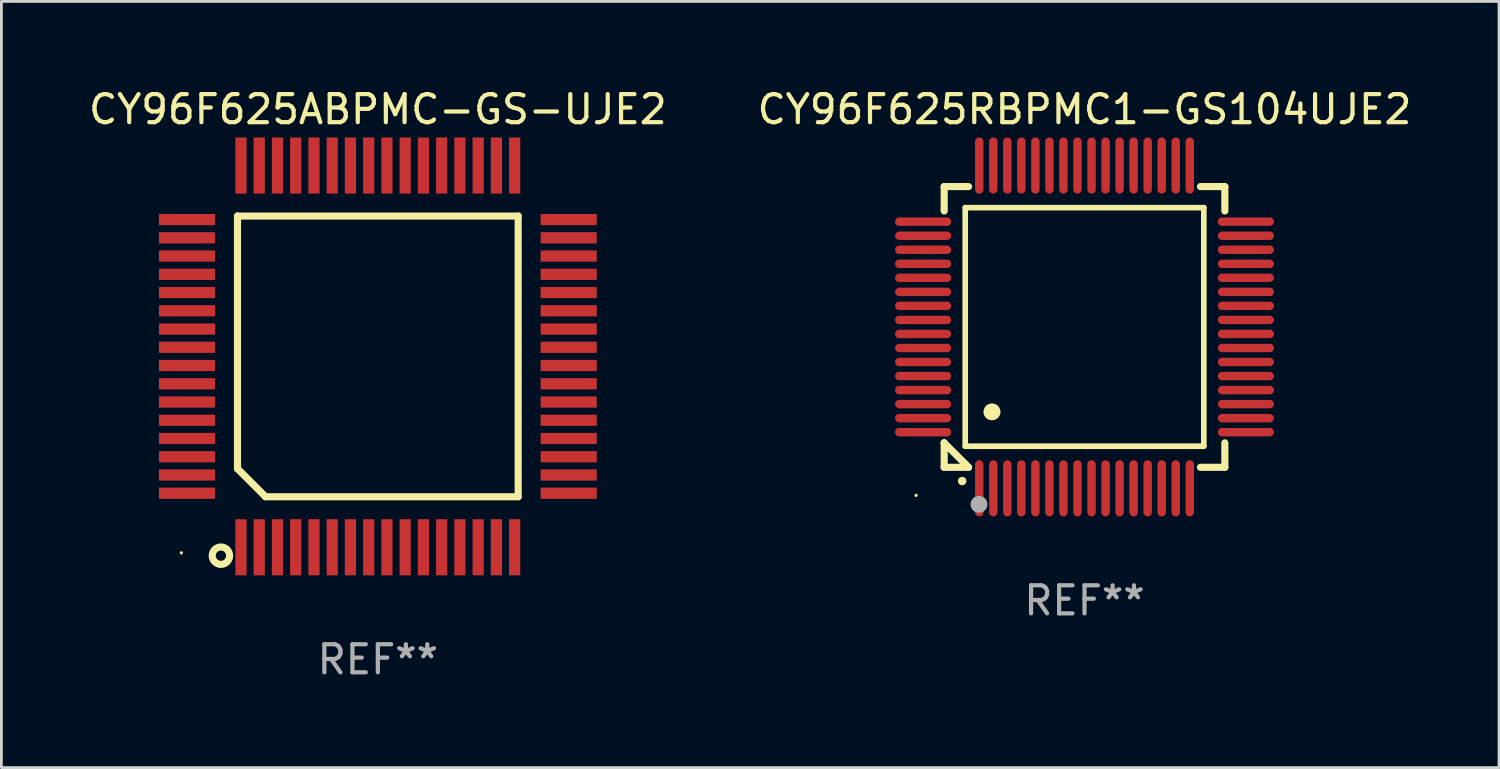
<source format=kicad_pcb>
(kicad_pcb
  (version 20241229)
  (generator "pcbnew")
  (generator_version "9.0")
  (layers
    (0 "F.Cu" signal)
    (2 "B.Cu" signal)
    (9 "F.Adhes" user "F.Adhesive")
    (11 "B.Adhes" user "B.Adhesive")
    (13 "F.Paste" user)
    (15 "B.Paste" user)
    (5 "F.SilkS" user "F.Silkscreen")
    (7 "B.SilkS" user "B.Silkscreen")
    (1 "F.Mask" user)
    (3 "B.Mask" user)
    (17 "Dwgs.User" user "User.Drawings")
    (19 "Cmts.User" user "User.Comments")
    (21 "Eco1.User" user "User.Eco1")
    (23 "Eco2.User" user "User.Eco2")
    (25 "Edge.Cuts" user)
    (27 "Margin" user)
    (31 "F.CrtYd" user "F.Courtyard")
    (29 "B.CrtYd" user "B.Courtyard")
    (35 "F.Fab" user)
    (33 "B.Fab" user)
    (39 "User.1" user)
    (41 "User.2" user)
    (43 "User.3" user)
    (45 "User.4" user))
  (footprint "CY96F625ABPMC-GS-UJE2"
    (layer "F.Cu")
    (at 10.411 9.648)
    (property "Reference" "CY96F625ABPMC-GS-UJE2" (at 0 -8.8 0) (layer "F.SilkS") (effects (font (size 1 1) (thickness 0.15))))
    (attr through_hole)
    (fp_line (start -5 -5) (end 5 -5) (stroke (width 0.254) (type solid)) (layer "F.SilkS"))
    (fp_line (start -5 4) (end -5 -5) (stroke (width 0.254) (type solid)) (layer "F.SilkS"))
    (fp_line (start -4 5) (end -5 4) (stroke (width 0.254) (type solid)) (layer "F.SilkS"))
    (fp_line (start 5 -5) (end 5 5) (stroke (width 0.254) (type solid)) (layer "F.SilkS"))
    (fp_line (start 5 5) (end -4 5) (stroke (width 0.254) (type solid)) (layer "F.SilkS"))
    (fp_circle (center -7 7) (end -6.97 7) (stroke (width 0.06) (type solid)) (fill no) (layer "F.SilkS"))
    (fp_circle (center -5.59 7.1) (end -5.28 7.1) (stroke (width 0.254) (type solid)) (fill no) (layer "F.SilkS"))
    (fp_text user "REF**" (at 0 10.8 0) (layer "F.Fab") (effects (font (size 1 1) (thickness 0.15))))
    (pad "1" smd rect (at -4.875 6.8) (size 0.4 2) (layers "F.Cu" "F.Mask" "F.Paste"))
    (pad "2" smd rect (at -4.225 6.8) (size 0.4 2) (layers "F.Cu" "F.Mask" "F.Paste"))
    (pad "3" smd rect (at -3.575 6.8) (size 0.4 2) (layers "F.Cu" "F.Mask" "F.Paste"))
    (pad "4" smd rect (at -2.925 6.8) (size 0.4 2) (layers "F.Cu" "F.Mask" "F.Paste"))
    (pad "5" smd rect (at -2.275 6.8) (size 0.4 2) (layers "F.Cu" "F.Mask" "F.Paste"))
    (pad "6" smd rect (at -1.625 6.8) (size 0.4 2) (layers "F.Cu" "F.Mask" "F.Paste"))
    (pad "7" smd rect (at -0.975 6.8) (size 0.4 2) (layers "F.Cu" "F.Mask" "F.Paste"))
    (pad "8" smd rect (at -0.325 6.8) (size 0.4 2) (layers "F.Cu" "F.Mask" "F.Paste"))
    (pad "9" smd rect (at 0.325 6.8) (size 0.4 2) (layers "F.Cu" "F.Mask" "F.Paste"))
    (pad "10" smd rect (at 0.975 6.8) (size 0.4 2) (layers "F.Cu" "F.Mask" "F.Paste"))
    (pad "11" smd rect (at 1.625 6.8) (size 0.4 2) (layers "F.Cu" "F.Mask" "F.Paste"))
    (pad "12" smd rect (at 2.275 6.8) (size 0.4 2) (layers "F.Cu" "F.Mask" "F.Paste"))
    (pad "13" smd rect (at 2.925 6.8) (size 0.4 2) (layers "F.Cu" "F.Mask" "F.Paste"))
    (pad "14" smd rect (at 3.575 6.8) (size 0.4 2) (layers "F.Cu" "F.Mask" "F.Paste"))
    (pad "15" smd rect (at 4.225 6.8) (size 0.4 2) (layers "F.Cu" "F.Mask" "F.Paste"))
    (pad "16" smd rect (at 4.875 6.8) (size 0.4 2) (layers "F.Cu" "F.Mask" "F.Paste"))
    (pad "17" smd rect (at 6.8 4.875) (size 2 0.4) (layers "F.Cu" "F.Mask" "F.Paste"))
    (pad "18" smd rect (at 6.8 4.225) (size 2 0.4) (layers "F.Cu" "F.Mask" "F.Paste"))
    (pad "19" smd rect (at 6.8 3.575) (size 2 0.4) (layers "F.Cu" "F.Mask" "F.Paste"))
    (pad "20" smd rect (at 6.8 2.925) (size 2 0.4) (layers "F.Cu" "F.Mask" "F.Paste"))
    (pad "21" smd rect (at 6.8 2.275) (size 2 0.4) (layers "F.Cu" "F.Mask" "F.Paste"))
    (pad "22" smd rect (at 6.8 1.625) (size 2 0.4) (layers "F.Cu" "F.Mask" "F.Paste"))
    (pad "23" smd rect (at 6.8 0.975) (size 2 0.4) (layers "F.Cu" "F.Mask" "F.Paste"))
    (pad "24" smd rect (at 6.8 0.325) (size 2 0.4) (layers "F.Cu" "F.Mask" "F.Paste"))
    (pad "25" smd rect (at 6.8 -0.325) (size 2 0.4) (layers "F.Cu" "F.Mask" "F.Paste"))
    (pad "26" smd rect (at 6.8 -0.975) (size 2 0.4) (layers "F.Cu" "F.Mask" "F.Paste"))
    (pad "27" smd rect (at 6.8 -1.625) (size 2 0.4) (layers "F.Cu" "F.Mask" "F.Paste"))
    (pad "28" smd rect (at 6.8 -2.275) (size 2 0.4) (layers "F.Cu" "F.Mask" "F.Paste"))
    (pad "29" smd rect (at 6.8 -2.925) (size 2 0.4) (layers "F.Cu" "F.Mask" "F.Paste"))
    (pad "30" smd rect (at 6.8 -3.575) (size 2 0.4) (layers "F.Cu" "F.Mask" "F.Paste"))
    (pad "31" smd rect (at 6.8 -4.225) (size 2 0.4) (layers "F.Cu" "F.Mask" "F.Paste"))
    (pad "32" smd rect (at 6.8 -4.875) (size 2 0.4) (layers "F.Cu" "F.Mask" "F.Paste"))
    (pad "33" smd rect (at 4.875 -6.8) (size 0.4 2) (layers "F.Cu" "F.Mask" "F.Paste"))
    (pad "34" smd rect (at 4.225 -6.8) (size 0.4 2) (layers "F.Cu" "F.Mask" "F.Paste"))
    (pad "35" smd rect (at 3.575 -6.8) (size 0.4 2) (layers "F.Cu" "F.Mask" "F.Paste"))
    (pad "36" smd rect (at 2.925 -6.8) (size 0.4 2) (layers "F.Cu" "F.Mask" "F.Paste"))
    (pad "37" smd rect (at 2.275 -6.8) (size 0.4 2) (layers "F.Cu" "F.Mask" "F.Paste"))
    (pad "38" smd rect (at 1.625 -6.8) (size 0.4 2) (layers "F.Cu" "F.Mask" "F.Paste"))
    (pad "39" smd rect (at 0.975 -6.8) (size 0.4 2) (layers "F.Cu" "F.Mask" "F.Paste"))
    (pad "40" smd rect (at 0.325 -6.8) (size 0.4 2) (layers "F.Cu" "F.Mask" "F.Paste"))
    (pad "41" smd rect (at -0.325 -6.8) (size 0.4 2) (layers "F.Cu" "F.Mask" "F.Paste"))
    (pad "42" smd rect (at -0.975 -6.8) (size 0.4 2) (layers "F.Cu" "F.Mask" "F.Paste"))
    (pad "43" smd rect (at -1.625 -6.8) (size 0.4 2) (layers "F.Cu" "F.Mask" "F.Paste"))
    (pad "44" smd rect (at -2.275 -6.8) (size 0.4 2) (layers "F.Cu" "F.Mask" "F.Paste"))
    (pad "45" smd rect (at -2.925 -6.8) (size 0.4 2) (layers "F.Cu" "F.Mask" "F.Paste"))
    (pad "46" smd rect (at -3.575 -6.8) (size 0.4 2) (layers "F.Cu" "F.Mask" "F.Paste"))
    (pad "47" smd rect (at -4.225 -6.8) (size 0.4 2) (layers "F.Cu" "F.Mask" "F.Paste"))
    (pad "48" smd rect (at -4.875 -6.8) (size 0.4 2) (layers "F.Cu" "F.Mask" "F.Paste"))
    (pad "49" smd rect (at -6.8 -4.875) (size 2 0.4) (layers "F.Cu" "F.Mask" "F.Paste"))
    (pad "50" smd rect (at -6.8 -4.225) (size 2 0.4) (layers "F.Cu" "F.Mask" "F.Paste"))
    (pad "51" smd rect (at -6.8 -3.575) (size 2 0.4) (layers "F.Cu" "F.Mask" "F.Paste"))
    (pad "52" smd rect (at -6.8 -2.925) (size 2 0.4) (layers "F.Cu" "F.Mask" "F.Paste"))
    (pad "53" smd rect (at -6.8 -2.275) (size 2 0.4) (layers "F.Cu" "F.Mask" "F.Paste"))
    (pad "54" smd rect (at -6.8 -1.625) (size 2 0.4) (layers "F.Cu" "F.Mask" "F.Paste"))
    (pad "55" smd rect (at -6.8 -0.975) (size 2 0.4) (layers "F.Cu" "F.Mask" "F.Paste"))
    (pad "56" smd rect (at -6.8 -0.325) (size 2 0.4) (layers "F.Cu" "F.Mask" "F.Paste"))
    (pad "57" smd rect (at -6.8 0.325) (size 2 0.4) (layers "F.Cu" "F.Mask" "F.Paste"))
    (pad "58" smd rect (at -6.8 0.975) (size 2 0.4) (layers "F.Cu" "F.Mask" "F.Paste"))
    (pad "59" smd rect (at -6.8 1.625) (size 2 0.4) (layers "F.Cu" "F.Mask" "F.Paste"))
    (pad "60" smd rect (at -6.8 2.275) (size 2 0.4) (layers "F.Cu" "F.Mask" "F.Paste"))
    (pad "61" smd rect (at -6.8 2.925) (size 2 0.4) (layers "F.Cu" "F.Mask" "F.Paste"))
    (pad "62" smd rect (at -6.8 3.575) (size 2 0.4) (layers "F.Cu" "F.Mask" "F.Paste"))
    (pad "63" smd rect (at -6.8 4.225) (size 2 0.4) (layers "F.Cu" "F.Mask" "F.Paste"))
    (pad "64" smd rect (at -6.8 4.875) (size 2 0.4) (layers "F.Cu" "F.Mask" "F.Paste")))
  (footprint "CY96F625RBPMC1-GS104UJE2"
    (layer "F.Cu")
    (at 35.589 8.598)
    (property "Reference" "CY96F625RBPMC1-GS104UJE2" (at 0 -7.75 0) (layer "F.SilkS") (effects (font (size 1 1) (thickness 0.15))))
    (attr through_hole)
    (fp_line (start -5 -5) (end -4.131 -5) (stroke (width 0.254) (type solid)) (layer "F.SilkS"))
    (fp_line (start -5 -4.131) (end -5 -5) (stroke (width 0.254) (type solid)) (layer "F.SilkS"))
    (fp_line (start -5 4.131) (end -5 4.131) (stroke (width 0.254) (type solid)) (layer "F.SilkS"))
    (fp_line (start -5 5) (end -5 4.131) (stroke (width 0.254) (type solid)) (layer "F.SilkS"))
    (fp_line (start -5 4.131) (end -4.131 5) (stroke (width 0.254) (type solid)) (layer "F.SilkS"))
    (fp_line (start -4.25 -4.25) (end -4.25 4.25) (stroke (width 0.2) (type solid)) (layer "F.SilkS"))
    (fp_line (start -4.25 4.25) (end 4.25 4.25) (stroke (width 0.2) (type solid)) (layer "F.SilkS"))
    (fp_line (start -4.131 5) (end -5 5) (stroke (width 0.254) (type solid)) (layer "F.SilkS"))
    (fp_line (start 4.25 -4.25) (end -4.25 -4.25) (stroke (width 0.2) (type solid)) (layer "F.SilkS"))
    (fp_line (start 4.25 4.25) (end 4.25 -4.25) (stroke (width 0.2) (type solid)) (layer "F.SilkS"))
    (fp_line (start 5 -5) (end 4.131 -5) (stroke (width 0.254) (type solid)) (layer "F.SilkS"))
    (fp_line (start 5 -5) (end 5 -4.131) (stroke (width 0.254) (type solid)) (layer "F.SilkS"))
    (fp_line (start 5 4.131) (end 5 5) (stroke (width 0.254) (type solid)) (layer "F.SilkS"))
    (fp_line (start 5 5) (end 4.131 5) (stroke (width 0.254) (type solid)) (layer "F.SilkS"))
    (fp_arc (start -4.361265 5.489992) (mid -4.359995 5.489987) (end -4.358725 5.489992) (stroke (width 0.3) (type solid)) (layer "F.SilkS"))
    (fp_arc (start -3.299467 3.025146) (mid -3.296927 3.025135) (end -3.294387 3.025146) (stroke (width 0.6) (type solid)) (layer "F.SilkS"))
    (fp_circle (center -6 6) (end -5.97 6) (stroke (width 0.06) (type solid)) (fill no) (layer "F.SilkS"))
    (fp_circle (center -3.76 6.32) (end -3.61 6.32) (stroke (width 0.3) (type solid)) (fill no) (layer "F.Fab"))
    (fp_text user "REF**" (at 0 9.75 0) (layer "F.Fab") (effects (font (size 1 1) (thickness 0.15))))
    (pad "1" smd oval (at -3.75 5.75) (size 0.3 2) (layers "F.Cu" "F.Mask" "F.Paste"))
    (pad "2" smd oval (at -3.25 5.75) (size 0.3 2) (layers "F.Cu" "F.Mask" "F.Paste"))
    (pad "3" smd oval (at -2.75 5.75) (size 0.3 2) (layers "F.Cu" "F.Mask" "F.Paste"))
    (pad "4" smd oval (at -2.25 5.75) (size 0.3 2) (layers "F.Cu" "F.Mask" "F.Paste"))
    (pad "5" smd oval (at -1.75 5.75) (size 0.3 2) (layers "F.Cu" "F.Mask" "F.Paste"))
    (pad "6" smd oval (at -1.25 5.75) (size 0.3 2) (layers "F.Cu" "F.Mask" "F.Paste"))
    (pad "7" smd oval (at -0.75 5.75) (size 0.3 2) (layers "F.Cu" "F.Mask" "F.Paste"))
    (pad "8" smd oval (at -0.25 5.75) (size 0.3 2) (layers "F.Cu" "F.Mask" "F.Paste"))
    (pad "9" smd oval (at 0.25 5.75) (size 0.3 2) (layers "F.Cu" "F.Mask" "F.Paste"))
    (pad "10" smd oval (at 0.75 5.75) (size 0.3 2) (layers "F.Cu" "F.Mask" "F.Paste"))
    (pad "11" smd oval (at 1.25 5.75) (size 0.3 2) (layers "F.Cu" "F.Mask" "F.Paste"))
    (pad "12" smd oval (at 1.75 5.75) (size 0.3 2) (layers "F.Cu" "F.Mask" "F.Paste"))
    (pad "13" smd oval (at 2.25 5.75) (size 0.3 2) (layers "F.Cu" "F.Mask" "F.Paste"))
    (pad "14" smd oval (at 2.75 5.75) (size 0.3 2) (layers "F.Cu" "F.Mask" "F.Paste"))
    (pad "15" smd oval (at 3.25 5.75) (size 0.3 2) (layers "F.Cu" "F.Mask" "F.Paste"))
    (pad "16" smd oval (at 3.75 5.75) (size 0.3 2) (layers "F.Cu" "F.Mask" "F.Paste"))
    (pad "17" smd oval (at 5.75 3.75) (size 2 0.3) (layers "F.Cu" "F.Mask" "F.Paste"))
    (pad "18" smd oval (at 5.75 3.25) (size 2 0.3) (layers "F.Cu" "F.Mask" "F.Paste"))
    (pad "19" smd oval (at 5.75 2.75) (size 2 0.3) (layers "F.Cu" "F.Mask" "F.Paste"))
    (pad "20" smd oval (at 5.75 2.25) (size 2 0.3) (layers "F.Cu" "F.Mask" "F.Paste"))
    (pad "21" smd oval (at 5.75 1.75) (size 2 0.3) (layers "F.Cu" "F.Mask" "F.Paste"))
    (pad "22" smd oval (at 5.75 1.25) (size 2 0.3) (layers "F.Cu" "F.Mask" "F.Paste"))
    (pad "23" smd oval (at 5.75 0.75) (size 2 0.3) (layers "F.Cu" "F.Mask" "F.Paste"))
    (pad "24" smd oval (at 5.75 0.25) (size 2 0.3) (layers "F.Cu" "F.Mask" "F.Paste"))
    (pad "25" smd oval (at 5.75 -0.25) (size 2 0.3) (layers "F.Cu" "F.Mask" "F.Paste"))
    (pad "26" smd oval (at 5.75 -0.75) (size 2 0.3) (layers "F.Cu" "F.Mask" "F.Paste"))
    (pad "27" smd oval (at 5.75 -1.25) (size 2 0.3) (layers "F.Cu" "F.Mask" "F.Paste"))
    (pad "28" smd oval (at 5.75 -1.75) (size 2 0.3) (layers "F.Cu" "F.Mask" "F.Paste"))
    (pad "29" smd oval (at 5.75 -2.25) (size 2 0.3) (layers "F.Cu" "F.Mask" "F.Paste"))
    (pad "30" smd oval (at 5.75 -2.75) (size 2 0.3) (layers "F.Cu" "F.Mask" "F.Paste"))
    (pad "31" smd oval (at 5.75 -3.25) (size 2 0.3) (layers "F.Cu" "F.Mask" "F.Paste"))
    (pad "32" smd oval (at 5.75 -3.75) (size 2 0.3) (layers "F.Cu" "F.Mask" "F.Paste"))
    (pad "33" smd oval (at 3.75 -5.75) (size 0.3 2) (layers "F.Cu" "F.Mask" "F.Paste"))
    (pad "34" smd oval (at 3.25 -5.75) (size 0.3 2) (layers "F.Cu" "F.Mask" "F.Paste"))
    (pad "35" smd oval (at 2.75 -5.75) (size 0.3 2) (layers "F.Cu" "F.Mask" "F.Paste"))
    (pad "36" smd oval (at 2.25 -5.75) (size 0.3 2) (layers "F.Cu" "F.Mask" "F.Paste"))
    (pad "37" smd oval (at 1.75 -5.75) (size 0.3 2) (layers "F.Cu" "F.Mask" "F.Paste"))
    (pad "38" smd oval (at 1.25 -5.75) (size 0.3 2) (layers "F.Cu" "F.Mask" "F.Paste"))
    (pad "39" smd oval (at 0.75 -5.75) (size 0.3 2) (layers "F.Cu" "F.Mask" "F.Paste"))
    (pad "40" smd oval (at 0.25 -5.75) (size 0.3 2) (layers "F.Cu" "F.Mask" "F.Paste"))
    (pad "41" smd oval (at -0.25 -5.75) (size 0.3 2) (layers "F.Cu" "F.Mask" "F.Paste"))
    (pad "42" smd oval (at -0.75 -5.75) (size 0.3 2) (layers "F.Cu" "F.Mask" "F.Paste"))
    (pad "43" smd oval (at -1.25 -5.75) (size 0.3 2) (layers "F.Cu" "F.Mask" "F.Paste"))
    (pad "44" smd oval (at -1.75 -5.75) (size 0.3 2) (layers "F.Cu" "F.Mask" "F.Paste"))
    (pad "45" smd oval (at -2.25 -5.75) (size 0.3 2) (layers "F.Cu" "F.Mask" "F.Paste"))
    (pad "46" smd oval (at -2.75 -5.75) (size 0.3 2) (layers "F.Cu" "F.Mask" "F.Paste"))
    (pad "47" smd oval (at -3.25 -5.75) (size 0.3 2) (layers "F.Cu" "F.Mask" "F.Paste"))
    (pad "48" smd oval (at -3.75 -5.75) (size 0.3 2) (layers "F.Cu" "F.Mask" "F.Paste"))
    (pad "49" smd oval (at -5.75 -3.75) (size 2 0.3) (layers "F.Cu" "F.Mask" "F.Paste"))
    (pad "50" smd oval (at -5.75 -3.25) (size 2 0.3) (layers "F.Cu" "F.Mask" "F.Paste"))
    (pad "51" smd oval (at -5.75 -2.75) (size 2 0.3) (layers "F.Cu" "F.Mask" "F.Paste"))
    (pad "52" smd oval (at -5.75 -2.25) (size 2 0.3) (layers "F.Cu" "F.Mask" "F.Paste"))
    (pad "53" smd oval (at -5.75 -1.75) (size 2 0.3) (layers "F.Cu" "F.Mask" "F.Paste"))
    (pad "54" smd oval (at -5.75 -1.25) (size 2 0.3) (layers "F.Cu" "F.Mask" "F.Paste"))
    (pad "55" smd oval (at -5.75 -0.75) (size 2 0.3) (layers "F.Cu" "F.Mask" "F.Paste"))
    (pad "56" smd oval (at -5.75 -0.25) (size 2 0.3) (layers "F.Cu" "F.Mask" "F.Paste"))
    (pad "57" smd oval (at -5.75 0.25) (size 2 0.3) (layers "F.Cu" "F.Mask" "F.Paste"))
    (pad "58" smd oval (at -5.75 0.75) (size 2 0.3) (layers "F.Cu" "F.Mask" "F.Paste"))
    (pad "59" smd oval (at -5.75 1.25) (size 2 0.3) (layers "F.Cu" "F.Mask" "F.Paste"))
    (pad "60" smd oval (at -5.75 1.75) (size 2 0.3) (layers "F.Cu" "F.Mask" "F.Paste"))
    (pad "61" smd oval (at -5.75 2.25) (size 2 0.3) (layers "F.Cu" "F.Mask" "F.Paste"))
    (pad "62" smd oval (at -5.75 2.75) (size 2 0.3) (layers "F.Cu" "F.Mask" "F.Paste"))
    (pad "63" smd oval (at -5.75 3.25) (size 2 0.3) (layers "F.Cu" "F.Mask" "F.Paste"))
    (pad "64" smd oval (at -5.75 3.75) (size 2 0.3) (layers "F.Cu" "F.Mask" "F.Paste")))
  (gr_rect
    (start -3 -3)
    (end 50.357 24.297)
    (stroke (width 0.1) (type default))
    (fill no)
    (layer "Edge.Cuts")))
</source>
